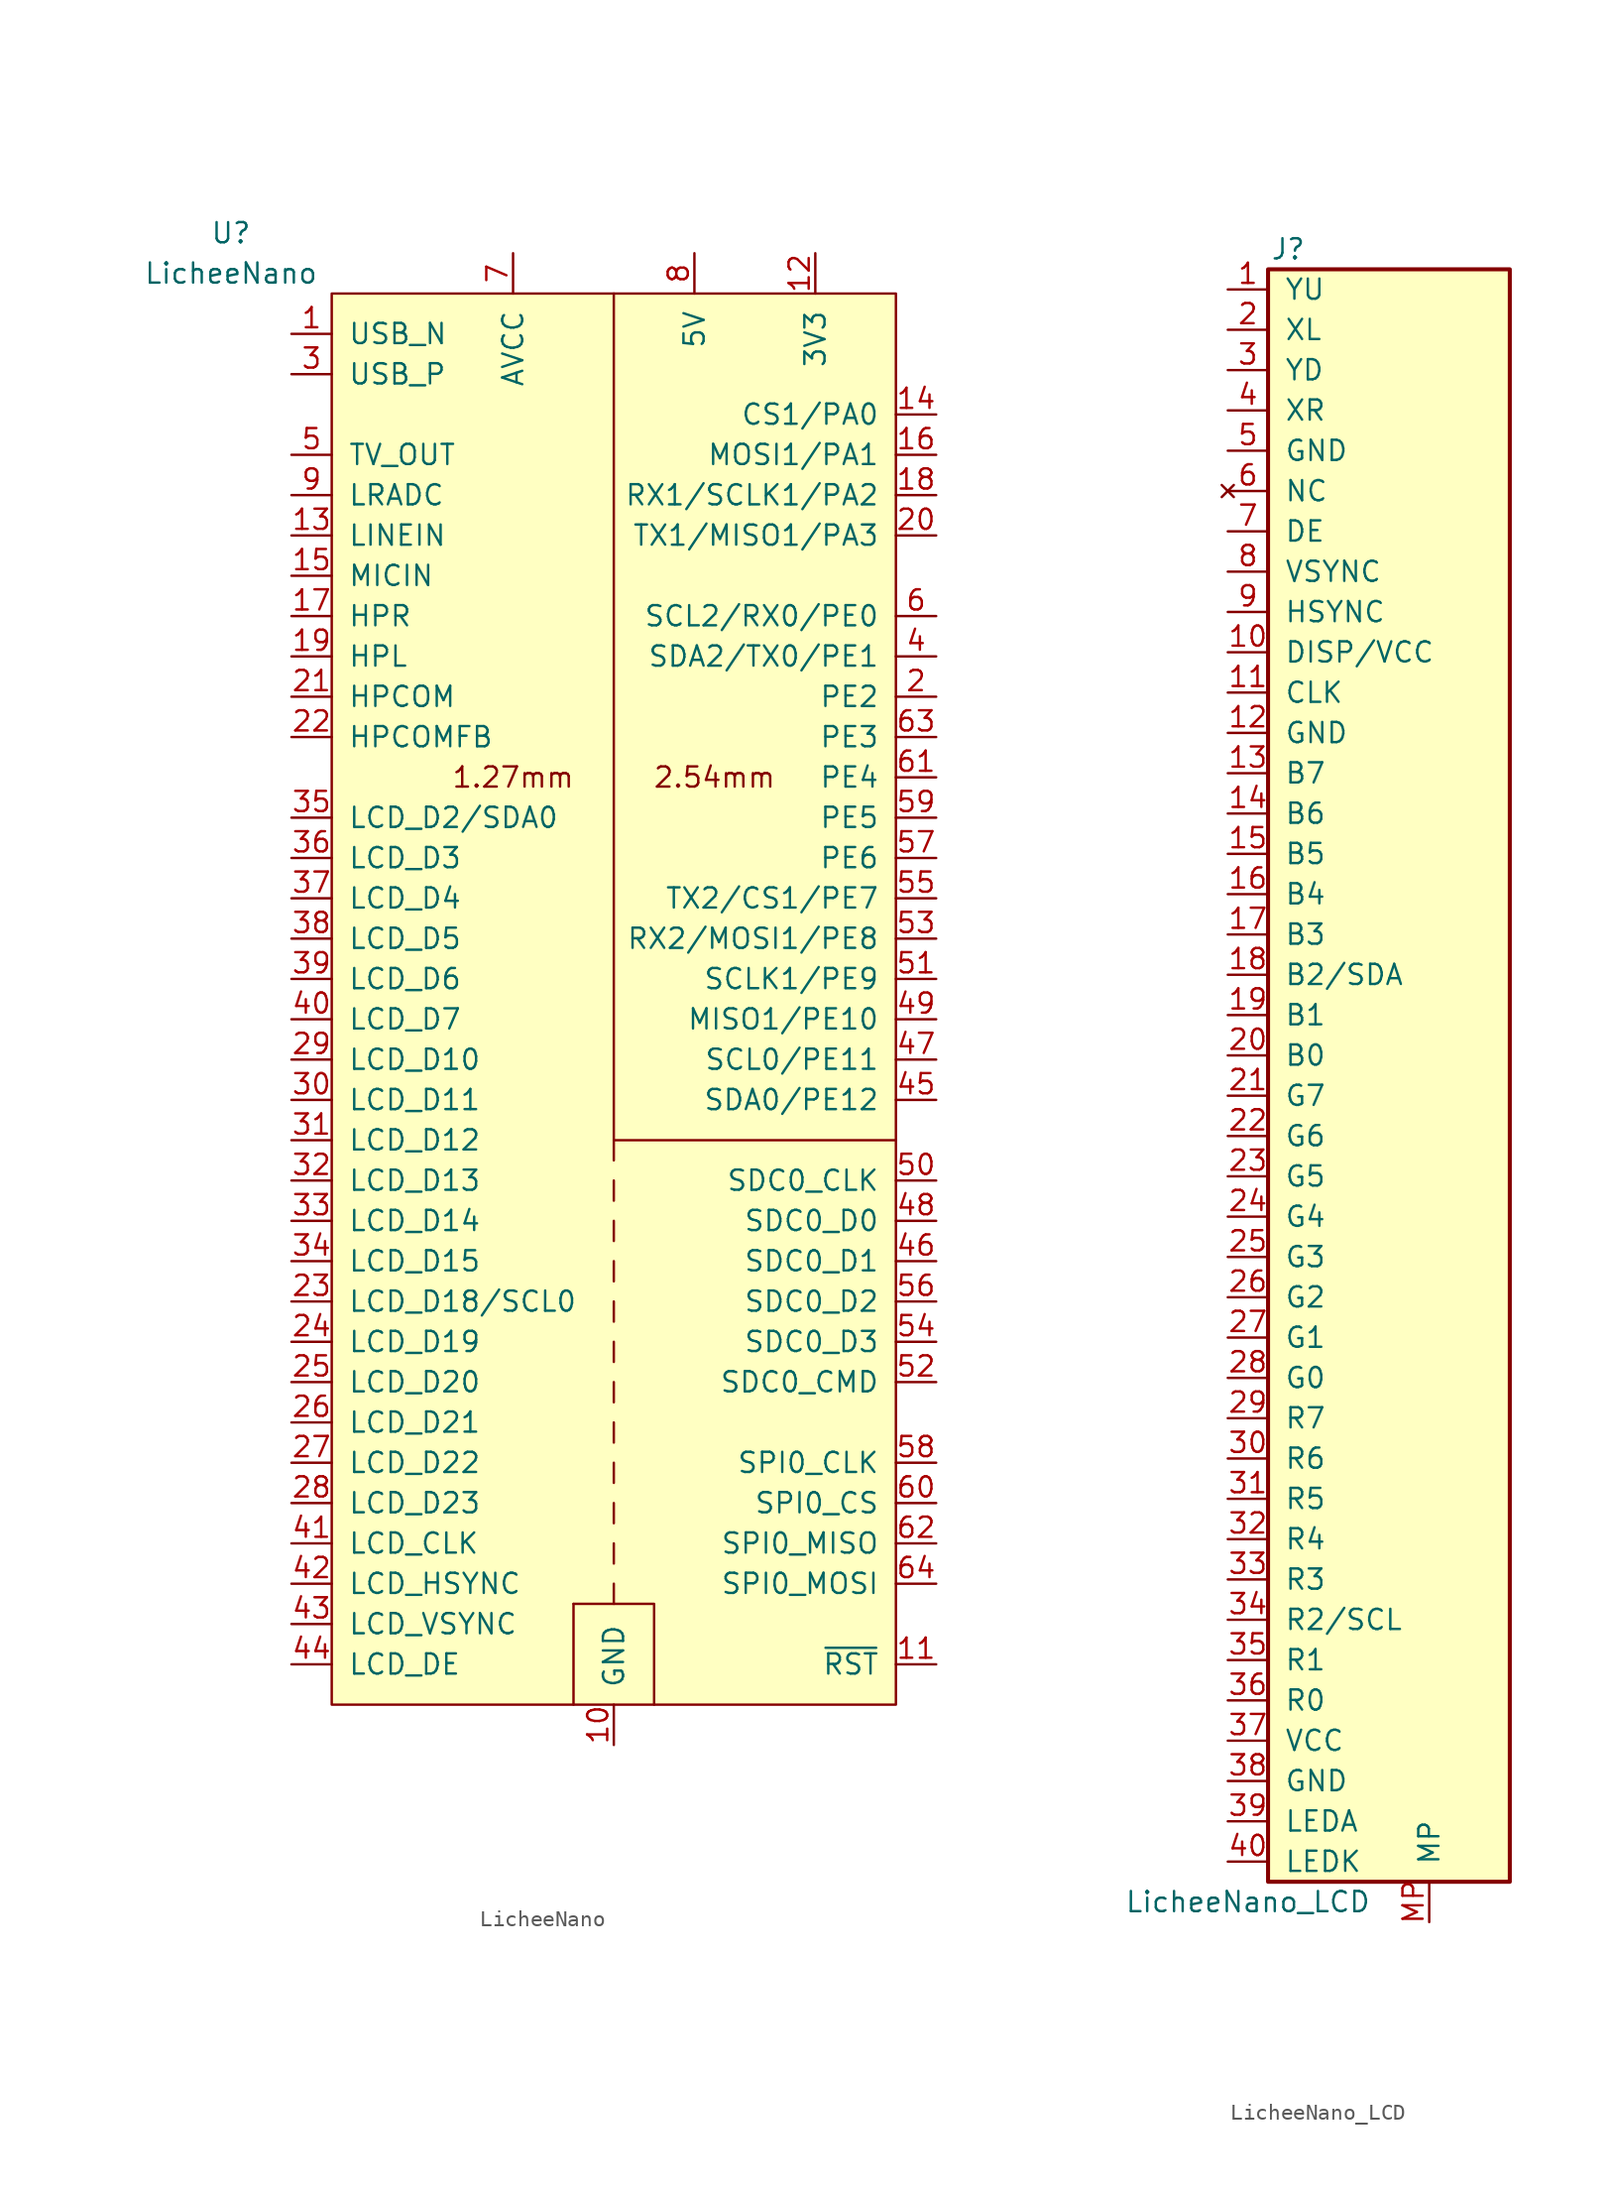
<source format=kicad_sym>
(kicad_symbol_lib
  (version 20241209)
  (generator "kicad_symbol_editor")
  (generator_version "9.0")
  (symbol "LicheeNano"
    (pin_names
      (offset 1.016))
    (property "Reference" "U"
      (at -6.35 3.81 0)
      (effects (font (size 1.27 1.27))))
    (property "Value" "LicheeNano"
      (at -6.35 1.27 0)
      (effects (font (size 1.27 1.27))))
    (symbol "LicheeNano_0_0"
      (polyline (pts (xy 15.24 -82.55) (xy 20.32 -82.55) (xy 20.32 -88.9)) (stroke (width 0) (type solid)) (fill (type none)))
      (polyline (pts (xy 15.24 -88.9) (xy 15.24 -82.55)) (stroke (width 0) (type solid)) (fill (type none)))
      (polyline (pts (xy 17.78 -54.61) (xy 17.78 -53.34)) (stroke (width 0) (type solid)) (fill (type none)))
      (polyline (pts (xy 17.78 -57.15) (xy 17.78 -55.88)) (stroke (width 0) (type solid)) (fill (type none)))
      (polyline (pts (xy 17.78 -59.69) (xy 17.78 -58.42)) (stroke (width 0) (type solid)) (fill (type none)))
      (polyline (pts (xy 17.78 -62.23) (xy 17.78 -60.96)) (stroke (width 0) (type solid)) (fill (type none)))
      (polyline (pts (xy 17.78 -64.77) (xy 17.78 -63.5)) (stroke (width 0) (type solid)) (fill (type none)))
      (polyline (pts (xy 17.78 -67.31) (xy 17.78 -66.04)) (stroke (width 0) (type solid)) (fill (type none)))
      (polyline (pts (xy 17.78 -69.85) (xy 17.78 -68.58)) (stroke (width 0) (type solid)) (fill (type none)))
      (polyline (pts (xy 17.78 -72.39) (xy 17.78 -71.12)) (stroke (width 0) (type solid)) (fill (type none)))
      (polyline (pts (xy 17.78 -74.93) (xy 17.78 -73.66)) (stroke (width 0) (type solid)) (fill (type none)))
      (polyline (pts (xy 17.78 -77.47) (xy 17.78 -76.2)) (stroke (width 0) (type solid)) (fill (type none)))
      (polyline (pts (xy 17.78 -80.01) (xy 17.78 -78.74)) (stroke (width 0) (type solid)) (fill (type none)))
      (polyline (pts (xy 17.78 -82.55) (xy 17.78 -81.28)) (stroke (width 0) (type solid)) (fill (type none)))
      (polyline (pts (xy 35.56 -53.34) (xy 17.78 -53.34) (xy 17.78 0)) (stroke (width 0) (type solid)) (fill (type none)))
      (text "1.27mm" (at 11.43 -30.48 0) (effects (font (size 1.27 1.27))))
      (text "2.54mm" (at 24.13 -30.48 0) (effects (font (size 1.27 1.27)))))
    (symbol "LicheeNano_0_1"
      (rectangle (start 0 0) (end 35.56 -88.9) (stroke (width 0) (type solid)) (fill (type background))))
    (symbol "LicheeNano_1_1"
      (pin bidirectional line (at -2.54 -2.54 0) (length 2.54) (name "USB_N" (effects (font (size 1.27 1.27)))) (number "1" (effects (font (size 1.27 1.27)))))
      (pin bidirectional line (at -2.54 -5.08 0) (length 2.54) (name "USB_P" (effects (font (size 1.27 1.27)))) (number "3" (effects (font (size 1.27 1.27)))))
      (pin output line (at -2.54 -10.16 0) (length 2.54) (name "TV_OUT" (effects (font (size 1.27 1.27)))) (number "5" (effects (font (size 1.27 1.27)))))
      (pin input line (at -2.54 -12.7 0) (length 2.54) (name "LRADC" (effects (font (size 1.27 1.27)))) (number "9" (effects (font (size 1.27 1.27)))))
      (pin input line (at -2.54 -15.24 0) (length 2.54) (name "LINEIN" (effects (font (size 1.27 1.27)))) (number "13" (effects (font (size 1.27 1.27)))))
      (pin input line (at -2.54 -17.78 0) (length 2.54) (name "MICIN" (effects (font (size 1.27 1.27)))) (number "15" (effects (font (size 1.27 1.27)))))
      (pin input line (at -2.54 -20.32 0) (length 2.54) (name "HPR" (effects (font (size 1.27 1.27)))) (number "17" (effects (font (size 1.27 1.27)))))
      (pin bidirectional line (at -2.54 -22.86 0) (length 2.54) (name "HPL" (effects (font (size 1.27 1.27)))) (number "19" (effects (font (size 1.27 1.27)))))
      (pin bidirectional line (at -2.54 -25.4 0) (length 2.54) (name "HPCOM" (effects (font (size 1.27 1.27)))) (number "21" (effects (font (size 1.27 1.27)))))
      (pin bidirectional line (at -2.54 -27.94 0) (length 2.54) (name "HPCOMFB" (effects (font (size 1.27 1.27)))) (number "22" (effects (font (size 1.27 1.27)))))
      (pin bidirectional line (at -2.54 -33.02 0) (length 2.54) (name "LCD_D2/SDA0" (effects (font (size 1.27 1.27)))) (number "35" (effects (font (size 1.27 1.27)))))
      (pin bidirectional line (at -2.54 -35.56 0) (length 2.54) (name "LCD_D3" (effects (font (size 1.27 1.27)))) (number "36" (effects (font (size 1.27 1.27)))))
      (pin bidirectional line (at -2.54 -38.1 0) (length 2.54) (name "LCD_D4" (effects (font (size 1.27 1.27)))) (number "37" (effects (font (size 1.27 1.27)))))
      (pin bidirectional line (at -2.54 -40.64 0) (length 2.54) (name "LCD_D5" (effects (font (size 1.27 1.27)))) (number "38" (effects (font (size 1.27 1.27)))))
      (pin bidirectional line (at -2.54 -43.18 0) (length 2.54) (name "LCD_D6" (effects (font (size 1.27 1.27)))) (number "39" (effects (font (size 1.27 1.27)))))
      (pin bidirectional line (at -2.54 -45.72 0) (length 2.54) (name "LCD_D7" (effects (font (size 1.27 1.27)))) (number "40" (effects (font (size 1.27 1.27)))))
      (pin bidirectional line (at -2.54 -48.26 0) (length 2.54) (name "LCD_D10" (effects (font (size 1.27 1.27)))) (number "29" (effects (font (size 1.27 1.27)))))
      (pin bidirectional line (at -2.54 -50.8 0) (length 2.54) (name "LCD_D11" (effects (font (size 1.27 1.27)))) (number "30" (effects (font (size 1.27 1.27)))))
      (pin bidirectional line (at -2.54 -53.34 0) (length 2.54) (name "LCD_D12" (effects (font (size 1.27 1.27)))) (number "31" (effects (font (size 1.27 1.27)))))
      (pin bidirectional line (at -2.54 -55.88 0) (length 2.54) (name "LCD_D13" (effects (font (size 1.27 1.27)))) (number "32" (effects (font (size 1.27 1.27)))))
      (pin bidirectional line (at -2.54 -58.42 0) (length 2.54) (name "LCD_D14" (effects (font (size 1.27 1.27)))) (number "33" (effects (font (size 1.27 1.27)))))
      (pin bidirectional line (at -2.54 -60.96 0) (length 2.54) (name "LCD_D15" (effects (font (size 1.27 1.27)))) (number "34" (effects (font (size 1.27 1.27)))))
      (pin bidirectional line (at -2.54 -63.5 0) (length 2.54) (name "LCD_D18/SCL0" (effects (font (size 1.27 1.27)))) (number "23" (effects (font (size 1.27 1.27)))))
      (pin bidirectional line (at -2.54 -66.04 0) (length 2.54) (name "LCD_D19" (effects (font (size 1.27 1.27)))) (number "24" (effects (font (size 1.27 1.27)))))
      (pin bidirectional line (at -2.54 -68.58 0) (length 2.54) (name "LCD_D20" (effects (font (size 1.27 1.27)))) (number "25" (effects (font (size 1.27 1.27)))))
      (pin bidirectional line (at -2.54 -71.12 0) (length 2.54) (name "LCD_D21" (effects (font (size 1.27 1.27)))) (number "26" (effects (font (size 1.27 1.27)))))
      (pin bidirectional line (at -2.54 -73.66 0) (length 2.54) (name "LCD_D22" (effects (font (size 1.27 1.27)))) (number "27" (effects (font (size 1.27 1.27)))))
      (pin bidirectional line (at -2.54 -76.2 0) (length 2.54) (name "LCD_D23" (effects (font (size 1.27 1.27)))) (number "28" (effects (font (size 1.27 1.27)))))
      (pin bidirectional line (at -2.54 -78.74 0) (length 2.54) (name "LCD_CLK" (effects (font (size 1.27 1.27)))) (number "41" (effects (font (size 1.27 1.27)))))
      (pin bidirectional line (at -2.54 -81.28 0) (length 2.54) (name "LCD_HSYNC" (effects (font (size 1.27 1.27)))) (number "42" (effects (font (size 1.27 1.27)))))
      (pin bidirectional line (at -2.54 -83.82 0) (length 2.54) (name "LCD_VSYNC" (effects (font (size 1.27 1.27)))) (number "43" (effects (font (size 1.27 1.27)))))
      (pin bidirectional line (at -2.54 -86.36 0) (length 2.54) (name "LCD_DE" (effects (font (size 1.27 1.27)))) (number "44" (effects (font (size 1.27 1.27)))))
      (pin power_out line (at 11.43 2.54 270) (length 2.54) (name "AVCC" (effects (font (size 1.27 1.27)))) (number "7" (effects (font (size 1.27 1.27)))))
      (pin power_out line (at 17.78 -91.44 90) (length 2.54) (name "GND" (effects (font (size 1.27 1.27)))) (number "10" (effects (font (size 1.27 1.27)))))
      (pin power_out line (at 22.86 2.54 270) (length 2.54) (name "5V" (effects (font (size 1.27 1.27)))) (number "8" (effects (font (size 1.27 1.27)))))
      (pin power_out line (at 30.48 2.54 270) (length 2.54) (name "3V3" (effects (font (size 1.27 1.27)))) (number "12" (effects (font (size 1.27 1.27)))))
      (pin bidirectional line (at 38.1 -7.62 180) (length 2.54) (name "CS1/PA0" (effects (font (size 1.27 1.27)))) (number "14" (effects (font (size 1.27 1.27)))))
      (pin bidirectional line (at 38.1 -10.16 180) (length 2.54) (name "MOSI1/PA1" (effects (font (size 1.27 1.27)))) (number "16" (effects (font (size 1.27 1.27)))))
      (pin bidirectional line (at 38.1 -12.7 180) (length 2.54) (name "RX1/SCLK1/PA2" (effects (font (size 1.27 1.27)))) (number "18" (effects (font (size 1.27 1.27)))))
      (pin bidirectional line (at 38.1 -15.24 180) (length 2.54) (name "TX1/MISO1/PA3" (effects (font (size 1.27 1.27)))) (number "20" (effects (font (size 1.27 1.27)))))
      (pin bidirectional line (at 38.1 -20.32 180) (length 2.54) (name "SCL2/RX0/PE0" (effects (font (size 1.27 1.27)))) (number "6" (effects (font (size 1.27 1.27)))))
      (pin bidirectional line (at 38.1 -22.86 180) (length 2.54) (name "SDA2/TX0/PE1" (effects (font (size 1.27 1.27)))) (number "4" (effects (font (size 1.27 1.27)))))
      (pin bidirectional line (at 38.1 -25.4 180) (length 2.54) (name "PE2" (effects (font (size 1.27 1.27)))) (number "2" (effects (font (size 1.27 1.27)))))
      (pin bidirectional line (at 38.1 -27.94 180) (length 2.54) (name "PE3" (effects (font (size 1.27 1.27)))) (number "63" (effects (font (size 1.27 1.27)))))
      (pin bidirectional line (at 38.1 -30.48 180) (length 2.54) (name "PE4" (effects (font (size 1.27 1.27)))) (number "61" (effects (font (size 1.27 1.27)))))
      (pin bidirectional line (at 38.1 -33.02 180) (length 2.54) (name "PE5" (effects (font (size 1.27 1.27)))) (number "59" (effects (font (size 1.27 1.27)))))
      (pin bidirectional line (at 38.1 -35.56 180) (length 2.54) (name "PE6" (effects (font (size 1.27 1.27)))) (number "57" (effects (font (size 1.27 1.27)))))
      (pin bidirectional line (at 38.1 -38.1 180) (length 2.54) (name "TX2/CS1/PE7" (effects (font (size 1.27 1.27)))) (number "55" (effects (font (size 1.27 1.27)))))
      (pin bidirectional line (at 38.1 -40.64 180) (length 2.54) (name "RX2/MOSI1/PE8" (effects (font (size 1.27 1.27)))) (number "53" (effects (font (size 1.27 1.27)))))
      (pin bidirectional line (at 38.1 -43.18 180) (length 2.54) (name "SCLK1/PE9" (effects (font (size 1.27 1.27)))) (number "51" (effects (font (size 1.27 1.27)))))
      (pin bidirectional line (at 38.1 -45.72 180) (length 2.54) (name "MISO1/PE10" (effects (font (size 1.27 1.27)))) (number "49" (effects (font (size 1.27 1.27)))))
      (pin bidirectional line (at 38.1 -48.26 180) (length 2.54) (name "SCL0/PE11" (effects (font (size 1.27 1.27)))) (number "47" (effects (font (size 1.27 1.27)))))
      (pin bidirectional line (at 38.1 -50.8 180) (length 2.54) (name "SDA0/PE12" (effects (font (size 1.27 1.27)))) (number "45" (effects (font (size 1.27 1.27)))))
      (pin bidirectional line (at 38.1 -55.88 180) (length 2.54) (name "SDC0_CLK" (effects (font (size 1.27 1.27)))) (number "50" (effects (font (size 1.27 1.27)))))
      (pin bidirectional line (at 38.1 -58.42 180) (length 2.54) (name "SDC0_D0" (effects (font (size 1.27 1.27)))) (number "48" (effects (font (size 1.27 1.27)))))
      (pin bidirectional line (at 38.1 -60.96 180) (length 2.54) (name "SDC0_D1" (effects (font (size 1.27 1.27)))) (number "46" (effects (font (size 1.27 1.27)))))
      (pin bidirectional line (at 38.1 -63.5 180) (length 2.54) (name "SDC0_D2" (effects (font (size 1.27 1.27)))) (number "56" (effects (font (size 1.27 1.27)))))
      (pin bidirectional line (at 38.1 -66.04 180) (length 2.54) (name "SDC0_D3" (effects (font (size 1.27 1.27)))) (number "54" (effects (font (size 1.27 1.27)))))
      (pin bidirectional line (at 38.1 -68.58 180) (length 2.54) (name "SDC0_CMD" (effects (font (size 1.27 1.27)))) (number "52" (effects (font (size 1.27 1.27)))))
      (pin bidirectional line (at 38.1 -73.66 180) (length 2.54) (name "SPI0_CLK" (effects (font (size 1.27 1.27)))) (number "58" (effects (font (size 1.27 1.27)))))
      (pin bidirectional line (at 38.1 -76.2 180) (length 2.54) (name "SPI0_CS" (effects (font (size 1.27 1.27)))) (number "60" (effects (font (size 1.27 1.27)))))
      (pin bidirectional line (at 38.1 -78.74 180) (length 2.54) (name "SPI0_MISO" (effects (font (size 1.27 1.27)))) (number "62" (effects (font (size 1.27 1.27)))))
      (pin bidirectional line (at 38.1 -81.28 180) (length 2.54) (name "SPI0_MOSI" (effects (font (size 1.27 1.27)))) (number "64" (effects (font (size 1.27 1.27)))))
      (pin input line (at 38.1 -86.36 180) (length 2.54) (name "~{RST}" (effects (font (size 1.27 1.27)))) (number "11" (effects (font (size 1.27 1.27)))))))
  (symbol "LicheeNano_LCD"
    (pin_names
      (offset 1.016))
    (property "Reference" "J"
      (at -1.27 50.8 0)
      (effects (font (size 1.27 1.27))))
    (property "Value" "LicheeNano_LCD"
      (at -3.81 -53.34 0)
      (effects (font (size 1.27 1.27))))
    (symbol "LicheeNano_LCD_1_1"
      (rectangle (start -2.54 49.53) (end 12.7 -52.07) (stroke (width 0.254) (type solid)) (fill (type background)))
      (pin passive line (at -5.08 48.26 0) (length 2.54) (name "YU" (effects (font (size 1.27 1.27)))) (number "1" (effects (font (size 1.27 1.27)))))
      (pin passive line (at -5.08 45.72 0) (length 2.54) (name "XL" (effects (font (size 1.27 1.27)))) (number "2" (effects (font (size 1.27 1.27)))))
      (pin passive line (at -5.08 43.18 0) (length 2.54) (name "YD" (effects (font (size 1.27 1.27)))) (number "3" (effects (font (size 1.27 1.27)))))
      (pin passive line (at -5.08 40.64 0) (length 2.54) (name "XR" (effects (font (size 1.27 1.27)))) (number "4" (effects (font (size 1.27 1.27)))))
      (pin power_out line (at -5.08 38.1 0) (length 2.54) (name "GND" (effects (font (size 1.27 1.27)))) (number "5" (effects (font (size 1.27 1.27)))))
      (pin no_connect line (at -5.08 35.56 0) (length 2.54) (name "NC" (effects (font (size 1.27 1.27)))) (number "6" (effects (font (size 1.27 1.27)))))
      (pin output line (at -5.08 33.02 0) (length 2.54) (name "DE" (effects (font (size 1.27 1.27)))) (number "7" (effects (font (size 1.27 1.27)))))
      (pin output line (at -5.08 30.48 0) (length 2.54) (name "VSYNC" (effects (font (size 1.27 1.27)))) (number "8" (effects (font (size 1.27 1.27)))))
      (pin output line (at -5.08 27.94 0) (length 2.54) (name "HSYNC" (effects (font (size 1.27 1.27)))) (number "9" (effects (font (size 1.27 1.27)))))
      (pin power_out line (at -5.08 25.4 0) (length 2.54) (name "DISP/VCC" (effects (font (size 1.27 1.27)))) (number "10" (effects (font (size 1.27 1.27)))))
      (pin output line (at -5.08 22.86 0) (length 2.54) (name "CLK" (effects (font (size 1.27 1.27)))) (number "11" (effects (font (size 1.27 1.27)))))
      (pin power_out line (at -5.08 20.32 0) (length 2.54) (name "GND" (effects (font (size 1.27 1.27)))) (number "12" (effects (font (size 1.27 1.27)))))
      (pin output line (at -5.08 17.78 0) (length 2.54) (name "B7" (effects (font (size 1.27 1.27)))) (number "13" (effects (font (size 1.27 1.27)))))
      (pin output line (at -5.08 15.24 0) (length 2.54) (name "B6" (effects (font (size 1.27 1.27)))) (number "14" (effects (font (size 1.27 1.27)))))
      (pin output line (at -5.08 12.7 0) (length 2.54) (name "B5" (effects (font (size 1.27 1.27)))) (number "15" (effects (font (size 1.27 1.27)))))
      (pin output line (at -5.08 10.16 0) (length 2.54) (name "B4" (effects (font (size 1.27 1.27)))) (number "16" (effects (font (size 1.27 1.27)))))
      (pin output line (at -5.08 7.62 0) (length 2.54) (name "B3" (effects (font (size 1.27 1.27)))) (number "17" (effects (font (size 1.27 1.27)))))
      (pin bidirectional line (at -5.08 5.08 0) (length 2.54) (name "B2/SDA" (effects (font (size 1.27 1.27)))) (number "18" (effects (font (size 1.27 1.27)))))
      (pin output line (at -5.08 2.54 0) (length 2.54) (name "B1" (effects (font (size 1.27 1.27)))) (number "19" (effects (font (size 1.27 1.27)))))
      (pin output line (at -5.08 0 0) (length 2.54) (name "B0" (effects (font (size 1.27 1.27)))) (number "20" (effects (font (size 1.27 1.27)))))
      (pin output line (at -5.08 -2.54 0) (length 2.54) (name "G7" (effects (font (size 1.27 1.27)))) (number "21" (effects (font (size 1.27 1.27)))))
      (pin output line (at -5.08 -5.08 0) (length 2.54) (name "G6" (effects (font (size 1.27 1.27)))) (number "22" (effects (font (size 1.27 1.27)))))
      (pin output line (at -5.08 -7.62 0) (length 2.54) (name "G5" (effects (font (size 1.27 1.27)))) (number "23" (effects (font (size 1.27 1.27)))))
      (pin output line (at -5.08 -10.16 0) (length 2.54) (name "G4" (effects (font (size 1.27 1.27)))) (number "24" (effects (font (size 1.27 1.27)))))
      (pin output line (at -5.08 -12.7 0) (length 2.54) (name "G3" (effects (font (size 1.27 1.27)))) (number "25" (effects (font (size 1.27 1.27)))))
      (pin output line (at -5.08 -15.24 0) (length 2.54) (name "G2" (effects (font (size 1.27 1.27)))) (number "26" (effects (font (size 1.27 1.27)))))
      (pin output line (at -5.08 -17.78 0) (length 2.54) (name "G1" (effects (font (size 1.27 1.27)))) (number "27" (effects (font (size 1.27 1.27)))))
      (pin output line (at -5.08 -20.32 0) (length 2.54) (name "G0" (effects (font (size 1.27 1.27)))) (number "28" (effects (font (size 1.27 1.27)))))
      (pin output line (at -5.08 -22.86 0) (length 2.54) (name "R7" (effects (font (size 1.27 1.27)))) (number "29" (effects (font (size 1.27 1.27)))))
      (pin output line (at -5.08 -25.4 0) (length 2.54) (name "R6" (effects (font (size 1.27 1.27)))) (number "30" (effects (font (size 1.27 1.27)))))
      (pin output line (at -5.08 -27.94 0) (length 2.54) (name "R5" (effects (font (size 1.27 1.27)))) (number "31" (effects (font (size 1.27 1.27)))))
      (pin output line (at -5.08 -30.48 0) (length 2.54) (name "R4" (effects (font (size 1.27 1.27)))) (number "32" (effects (font (size 1.27 1.27)))))
      (pin output line (at -5.08 -33.02 0) (length 2.54) (name "R3" (effects (font (size 1.27 1.27)))) (number "33" (effects (font (size 1.27 1.27)))))
      (pin output line (at -5.08 -35.56 0) (length 2.54) (name "R2/SCL" (effects (font (size 1.27 1.27)))) (number "34" (effects (font (size 1.27 1.27)))))
      (pin output line (at -5.08 -38.1 0) (length 2.54) (name "R1" (effects (font (size 1.27 1.27)))) (number "35" (effects (font (size 1.27 1.27)))))
      (pin output line (at -5.08 -40.64 0) (length 2.54) (name "R0" (effects (font (size 1.27 1.27)))) (number "36" (effects (font (size 1.27 1.27)))))
      (pin power_out line (at -5.08 -43.18 0) (length 2.54) (name "VCC" (effects (font (size 1.27 1.27)))) (number "37" (effects (font (size 1.27 1.27)))))
      (pin power_out line (at -5.08 -45.72 0) (length 2.54) (name "GND" (effects (font (size 1.27 1.27)))) (number "38" (effects (font (size 1.27 1.27)))))
      (pin passive line (at -5.08 -48.26 0) (length 2.54) (name "LEDA" (effects (font (size 1.27 1.27)))) (number "39" (effects (font (size 1.27 1.27)))))
      (pin passive line (at -5.08 -50.8 0) (length 2.54) (name "LEDK" (effects (font (size 1.27 1.27)))) (number "40" (effects (font (size 1.27 1.27)))))
      (pin passive line (at 7.62 -54.61 90) (length 2.54) (name "MP" (effects (font (size 1.27 1.27)))) (number "MP" (effects (font (size 1.27 1.27))))))))
</source>
